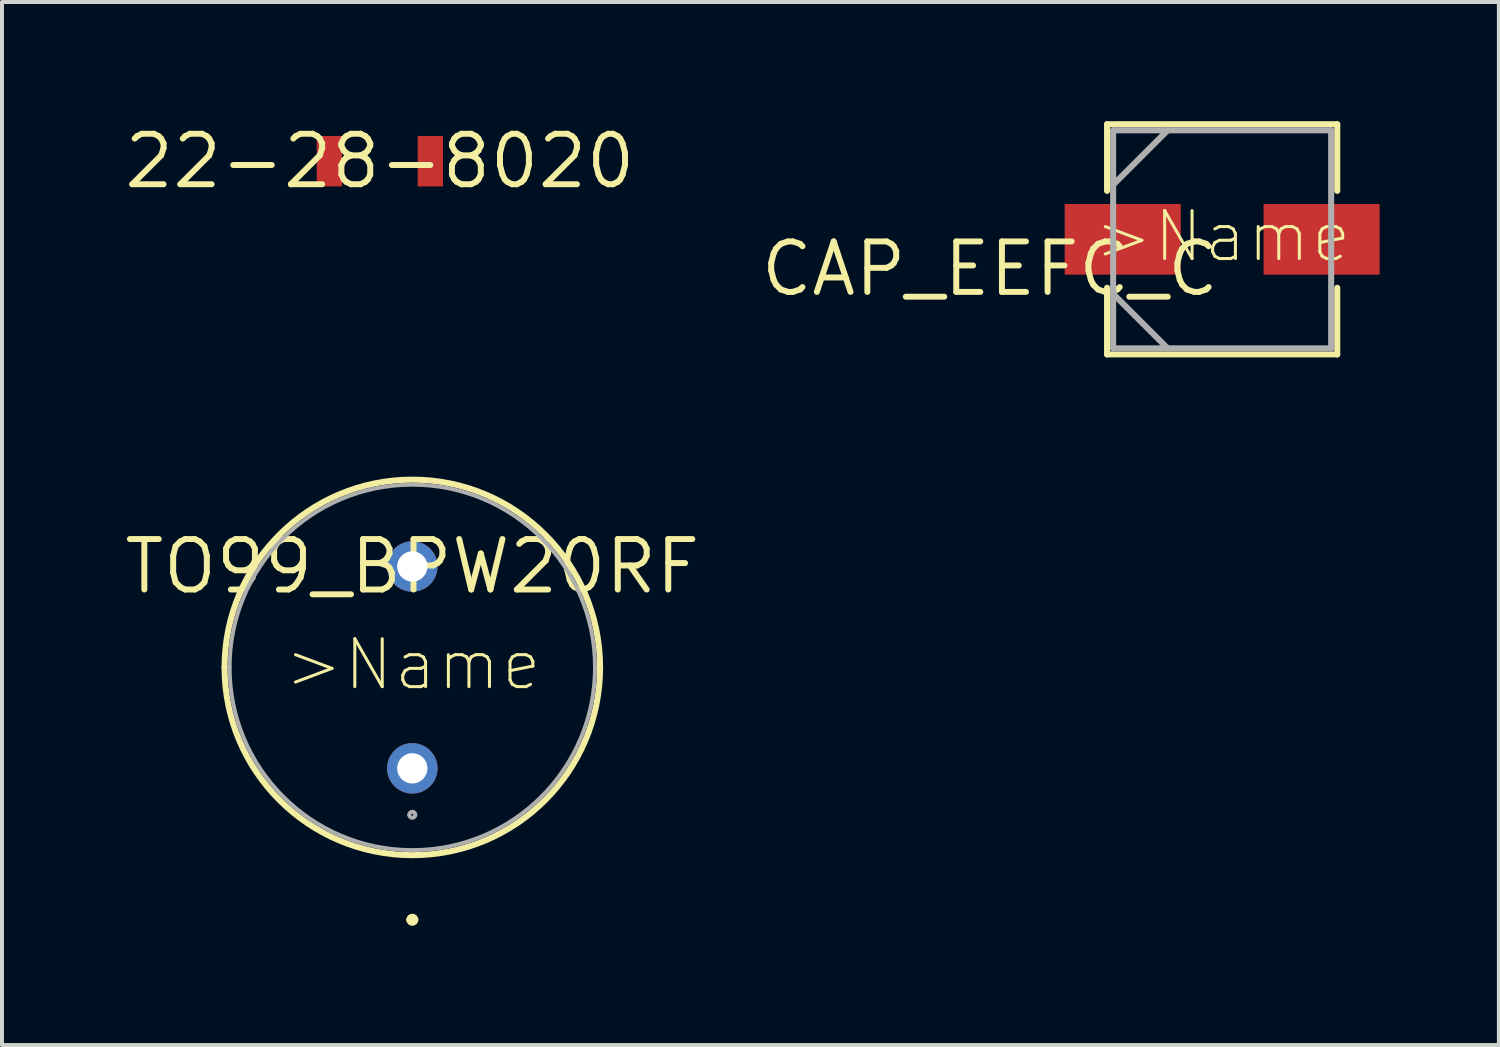
<source format=kicad_pcb>
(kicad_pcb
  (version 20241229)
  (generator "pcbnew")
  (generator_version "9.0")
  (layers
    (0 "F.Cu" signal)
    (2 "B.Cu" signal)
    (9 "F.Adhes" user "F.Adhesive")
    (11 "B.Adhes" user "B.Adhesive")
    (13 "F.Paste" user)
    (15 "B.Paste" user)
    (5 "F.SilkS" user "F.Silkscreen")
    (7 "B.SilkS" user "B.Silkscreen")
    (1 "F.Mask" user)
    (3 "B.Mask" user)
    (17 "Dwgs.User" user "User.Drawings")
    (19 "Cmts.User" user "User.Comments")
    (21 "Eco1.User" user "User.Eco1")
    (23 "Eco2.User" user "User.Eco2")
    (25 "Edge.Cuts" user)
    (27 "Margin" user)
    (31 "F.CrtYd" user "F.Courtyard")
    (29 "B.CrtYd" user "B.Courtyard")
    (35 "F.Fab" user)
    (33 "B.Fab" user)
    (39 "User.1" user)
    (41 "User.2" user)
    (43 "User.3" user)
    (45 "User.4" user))
  (footprint "TO99_BPW20RF"
    (layer "F.Cu")
    (at 7.325 11.204)
    (property "Reference" "TO99_BPW20RF" (at 0 0 0) (layer "F.SilkS") (effects (font (size 1.27 1.27) (thickness 0.15))))
    (attr through_hole)
    (fp_arc (start -4.7244 2.54) (mid 0 -2.1844) (end 4.7244 2.54) (stroke (width 0.1524) (type solid)) (layer "F.SilkS"))
    (fp_arc (start -0.0762 8.89) (mid 0 8.8138) (end 0.0762 8.89) (stroke (width 0.1524) (type solid)) (layer "F.SilkS"))
    (fp_arc (start 0.0762 8.89) (mid 0 8.9662) (end -0.0762 8.89) (stroke (width 0.1524) (type solid)) (layer "F.SilkS"))
    (fp_arc (start 4.7244 2.54) (mid -0.000001 7.264399) (end -4.7244 2.539998) (stroke (width 0.1524) (type solid)) (layer "F.SilkS"))
    (fp_line (start -0.254 5.08) (end 0.254 5.08) (stroke (width 0.152) (type solid)) (layer "F.Fab"))
    (fp_line (start 0 5.334) (end 0 4.826) (stroke (width 0.152) (type solid)) (layer "F.Fab"))
    (fp_arc (start -4.5974 2.54) (mid 0 -2.0574) (end 4.5974 2.54) (stroke (width 0.1) (type solid)) (layer "F.Fab"))
    (fp_arc (start -0.0762 6.2484) (mid 0 6.1722) (end 0.0762 6.2484) (stroke (width 0.1) (type solid)) (layer "F.Fab"))
    (fp_arc (start 0.0762 6.2484) (mid 0 6.3246) (end -0.0762 6.2484) (stroke (width 0.1) (type solid)) (layer "F.Fab"))
    (fp_arc (start 4.5974 2.54) (mid -0.000001 7.137399) (end -4.5974 2.539998) (stroke (width 0.1) (type solid)) (layer "F.Fab"))
    (fp_text user ">Name" (at -3.277 3.175 0) (layer "F.SilkS") (effects (font (size 1.206 1.206) (thickness 0.076)) (justify left bottom)))
    (pad "1" thru_hole circle (at 0 5.08) (size 1.27 1.27) (drill 0.762) (layers "*.Cu" "*.Mask"))
    (pad "2" thru_hole circle (at 0 0 180) (size 1.27 1.27) (drill 0.762) (layers "*.Cu" "*.Mask")))
  (footprint "22-28-8020"
    (layer "F.Cu")
    (at 6.508 1.006)
    (property "Reference" "22-28-8020" (at 0 0 0) (layer "F.SilkS") (effects (font (size 1.27 1.27) (thickness 0.15))))
    (attr through_hole)
    (pad "1" smd rect (at 1.27 0 90) (size 1.27 0.635) (layers "F.Cu" "F.Mask" "F.Paste"))
    (pad "2" smd rect (at -1.27 0 90) (size 1.27 0.635) (layers "F.Cu" "F.Mask" "F.Paste")))
  (footprint "CAP_EEFC_C"
    (layer "F.Cu")
    (at 27.703 2.972)
    (property "Reference" "CAP_EEFC_C" (at 0 0 0) (layer "F.SilkS") (effects (font (size 1.27 1.27) (thickness 0.15)) (justify right top)))
    (attr through_hole)
    (fp_line (start -2.896 -2.896) (end -2.896 -1.219) (stroke (width 0.152) (type solid)) (layer "F.SilkS"))
    (fp_line (start -2.896 1.219) (end -2.896 2.896) (stroke (width 0.152) (type solid)) (layer "F.SilkS"))
    (fp_line (start -2.896 2.896) (end 2.896 2.896) (stroke (width 0.152) (type solid)) (layer "F.SilkS"))
    (fp_line (start 2.896 -2.896) (end -2.896 -2.896) (stroke (width 0.152) (type solid)) (layer "F.SilkS"))
    (fp_line (start 2.896 -1.219) (end 2.896 -2.896) (stroke (width 0.152) (type solid)) (layer "F.SilkS"))
    (fp_line (start 2.896 2.896) (end 2.896 1.219) (stroke (width 0.152) (type solid)) (layer "F.SilkS"))
    (fp_line (start -2.743 -2.743) (end -2.743 2.743) (stroke (width 0.152) (type solid)) (layer "F.Fab"))
    (fp_line (start -2.743 -1.372) (end -1.372 -2.743) (stroke (width 0.152) (type solid)) (layer "F.Fab"))
    (fp_line (start -2.743 1.372) (end -1.372 2.743) (stroke (width 0.152) (type solid)) (layer "F.Fab"))
    (fp_line (start -2.743 2.743) (end 2.743 2.743) (stroke (width 0.152) (type solid)) (layer "F.Fab"))
    (fp_line (start 2.743 -2.743) (end -2.743 -2.743) (stroke (width 0.152) (type solid)) (layer "F.Fab"))
    (fp_line (start 2.743 2.743) (end 2.743 -2.743) (stroke (width 0.152) (type solid)) (layer "F.Fab"))
    (fp_text user ">Name" (at -3.277 0.635 0) (layer "F.SilkS") (effects (font (size 1.206 1.206) (thickness 0.076)) (justify left bottom)))
    (pad "1" smd rect (at -2.502 0) (size 2.921 1.778) (layers "F.Cu" "F.Mask" "F.Paste"))
    (pad "2" smd rect (at 2.502 0) (size 2.921 1.778) (layers "F.Cu" "F.Mask" "F.Paste")))
  (gr_rect
    (start -3 -3)
    (end 34.666 23.247)
    (stroke (width 0.1) (type default))
    (fill no)
    (layer "Edge.Cuts")))
</source>
